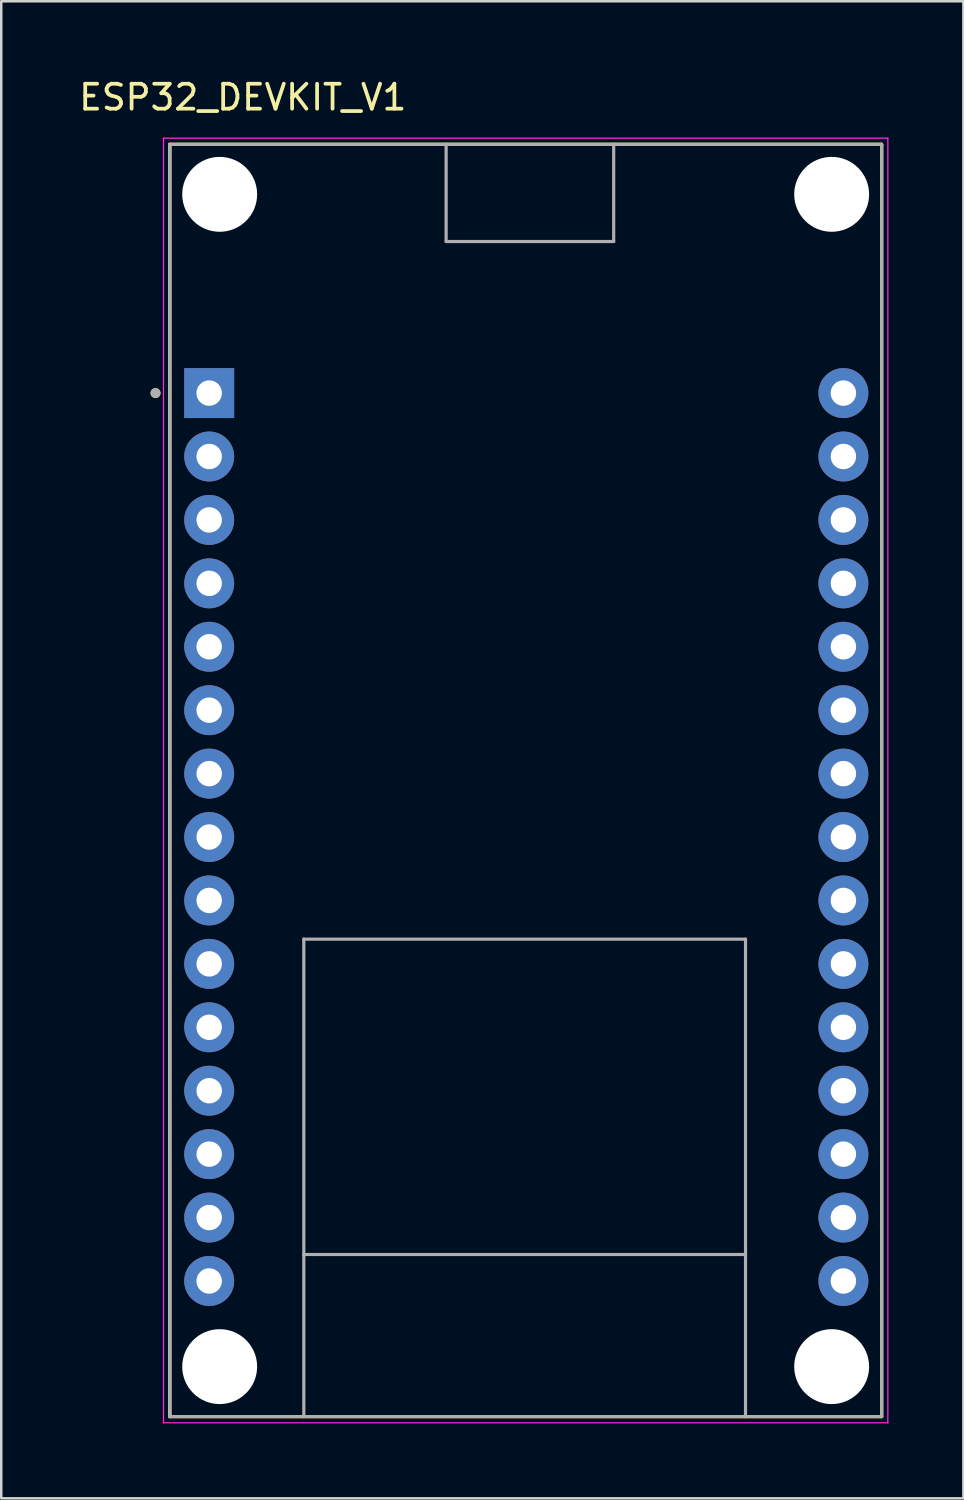
<source format=kicad_pcb>
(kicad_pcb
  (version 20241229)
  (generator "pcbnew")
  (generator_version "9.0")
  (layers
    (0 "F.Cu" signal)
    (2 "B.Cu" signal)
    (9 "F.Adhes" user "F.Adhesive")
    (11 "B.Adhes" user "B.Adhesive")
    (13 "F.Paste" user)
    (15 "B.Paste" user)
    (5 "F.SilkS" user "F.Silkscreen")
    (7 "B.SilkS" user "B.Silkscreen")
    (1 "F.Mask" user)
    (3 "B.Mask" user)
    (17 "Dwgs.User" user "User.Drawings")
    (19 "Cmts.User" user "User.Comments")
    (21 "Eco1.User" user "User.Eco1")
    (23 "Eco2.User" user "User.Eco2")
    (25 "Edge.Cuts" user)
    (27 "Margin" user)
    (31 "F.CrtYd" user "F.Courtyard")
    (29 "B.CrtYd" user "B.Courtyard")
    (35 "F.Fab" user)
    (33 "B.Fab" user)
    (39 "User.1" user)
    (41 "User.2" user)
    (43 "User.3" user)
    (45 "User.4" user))
  (footprint "ESP32_DEVKIT_V1"
    (layer "F.Cu")
    (at 18.028 28.208)
    (property "Reference" "ESP32_DEVKIT_V1" (at -11.355 -27.36 0) (layer "F.SilkS") (effects (font (size 1 1) (thickness 0.15))))
    (attr through_hole)
    (fp_line (start -14.28 -25.475) (end -3.211 -25.475) (stroke (width 0.127) (type solid)) (layer "F.SilkS"))
    (fp_line (start -14.28 -25.475) (end 14.23 -25.475) (stroke (width 0.127) (type solid)) (layer "F.SilkS"))
    (fp_line (start -14.28 25.475) (end -14.28 -25.475) (stroke (width 0.127) (type solid)) (layer "F.SilkS"))
    (fp_line (start -14.28 25.475) (end -14.28 -25.475) (stroke (width 0.127) (type solid)) (layer "F.SilkS"))
    (fp_line (start -14.28 25.475) (end -8.91 25.475) (stroke (width 0.127) (type solid)) (layer "F.SilkS"))
    (fp_line (start -8.91 25.475) (end 8.78 25.475) (stroke (width 0.127) (type solid)) (layer "F.SilkS"))
    (fp_line (start -3.211 -25.475) (end 3.5 -25.475) (stroke (width 0.127) (type solid)) (layer "F.SilkS"))
    (fp_line (start 3.5 -25.475) (end 14.23 -25.475) (stroke (width 0.127) (type solid)) (layer "F.SilkS"))
    (fp_line (start 8.78 25.475) (end 14.23 25.475) (stroke (width 0.127) (type solid)) (layer "F.SilkS"))
    (fp_line (start 14.23 -25.475) (end 14.23 25.475) (stroke (width 0.127) (type solid)) (layer "F.SilkS"))
    (fp_line (start 14.23 -25.475) (end 14.23 25.475) (stroke (width 0.127) (type solid)) (layer "F.SilkS"))
    (fp_line (start 14.23 25.475) (end -14.28 25.475) (stroke (width 0.127) (type solid)) (layer "F.SilkS"))
    (fp_circle (center -14.85 -15.515) (end -14.75 -15.515) (stroke (width 0.2) (type solid)) (fill no) (layer "F.SilkS"))
    (fp_line (start -14.53 -25.725) (end -14.53 25.725) (stroke (width 0.05) (type solid)) (layer "F.CrtYd"))
    (fp_line (start -14.53 25.725) (end 14.48 25.725) (stroke (width 0.05) (type solid)) (layer "F.CrtYd"))
    (fp_line (start 14.48 -25.725) (end -14.53 -25.725) (stroke (width 0.05) (type solid)) (layer "F.CrtYd"))
    (fp_line (start 14.48 25.725) (end 14.48 -25.725) (stroke (width 0.05) (type solid)) (layer "F.CrtYd"))
    (fp_line (start -14.28 -25.475) (end -3.211 -25.475) (stroke (width 0.127) (type solid)) (layer "F.Fab"))
    (fp_line (start -14.28 25.475) (end -14.28 -25.475) (stroke (width 0.127) (type solid)) (layer "F.Fab"))
    (fp_line (start -14.28 25.475) (end -8.91 25.475) (stroke (width 0.127) (type solid)) (layer "F.Fab"))
    (fp_line (start -8.91 6.355) (end 8.78 6.355) (stroke (width 0.127) (type solid)) (layer "F.Fab"))
    (fp_line (start -8.91 18.985) (end -8.91 6.355) (stroke (width 0.127) (type solid)) (layer "F.Fab"))
    (fp_line (start -8.91 18.985) (end 8.78 18.985) (stroke (width 0.127) (type solid)) (layer "F.Fab"))
    (fp_line (start -8.91 25.475) (end -8.91 18.985) (stroke (width 0.127) (type solid)) (layer "F.Fab"))
    (fp_line (start -8.91 25.475) (end 8.78 25.475) (stroke (width 0.127) (type solid)) (layer "F.Fab"))
    (fp_line (start -3.211 -25.475) (end 3.5 -25.475) (stroke (width 0.127) (type solid)) (layer "F.Fab"))
    (fp_line (start -3.211 -21.585) (end -3.211 -25.475) (stroke (width 0.127) (type solid)) (layer "F.Fab"))
    (fp_line (start 3.5 -25.475) (end 3.5 -21.585) (stroke (width 0.127) (type solid)) (layer "F.Fab"))
    (fp_line (start 3.5 -25.475) (end 14.23 -25.475) (stroke (width 0.127) (type solid)) (layer "F.Fab"))
    (fp_line (start 3.5 -21.585) (end -3.211 -21.585) (stroke (width 0.127) (type solid)) (layer "F.Fab"))
    (fp_line (start 8.78 6.355) (end 8.78 18.985) (stroke (width 0.127) (type solid)) (layer "F.Fab"))
    (fp_line (start 8.78 18.985) (end 8.78 25.475) (stroke (width 0.127) (type solid)) (layer "F.Fab"))
    (fp_line (start 8.78 25.475) (end 14.23 25.475) (stroke (width 0.127) (type solid)) (layer "F.Fab"))
    (fp_line (start 14.23 -25.475) (end 14.23 25.475) (stroke (width 0.127) (type solid)) (layer "F.Fab"))
    (fp_circle (center -14.85 -15.515) (end -14.75 -15.515) (stroke (width 0.2) (type solid)) (fill no) (layer "F.Fab"))
    (pad "" np_thru_hole circle (at -12.28 -23.475) (size 3 3) (drill 3) (layers "*.Cu" "*.Mask"))
    (pad "" np_thru_hole circle (at -12.28 23.475) (size 3 3) (drill 3) (layers "*.Cu" "*.Mask"))
    (pad "" np_thru_hole circle (at 12.23 -23.475) (size 3 3) (drill 3) (layers "*.Cu" "*.Mask"))
    (pad "" np_thru_hole circle (at 12.23 23.475) (size 3 3) (drill 3) (layers "*.Cu" "*.Mask"))
    (pad "1" thru_hole rect (at -12.7 -15.515) (size 2 2) (drill 1.02) (layers "*.Cu" "*.Mask"))
    (pad "2" thru_hole circle (at -12.7 -12.975) (size 2 2) (drill 1.02) (layers "*.Cu" "*.Mask"))
    (pad "3" thru_hole circle (at -12.7 -10.435) (size 2 2) (drill 1.02) (layers "*.Cu" "*.Mask"))
    (pad "4" thru_hole circle (at -12.7 -7.895) (size 2 2) (drill 1.02) (layers "*.Cu" "*.Mask"))
    (pad "5" thru_hole circle (at -12.7 -5.355) (size 2 2) (drill 1.02) (layers "*.Cu" "*.Mask"))
    (pad "6" thru_hole circle (at -12.7 -2.815) (size 2 2) (drill 1.02) (layers "*.Cu" "*.Mask"))
    (pad "7" thru_hole circle (at -12.7 -0.275) (size 2 2) (drill 1.02) (layers "*.Cu" "*.Mask"))
    (pad "8" thru_hole circle (at -12.7 2.265) (size 2 2) (drill 1.02) (layers "*.Cu" "*.Mask"))
    (pad "9" thru_hole circle (at -12.7 4.805) (size 2 2) (drill 1.02) (layers "*.Cu" "*.Mask"))
    (pad "10" thru_hole circle (at -12.7 7.345) (size 2 2) (drill 1.02) (layers "*.Cu" "*.Mask"))
    (pad "11" thru_hole circle (at -12.7 9.885) (size 2 2) (drill 1.02) (layers "*.Cu" "*.Mask"))
    (pad "12" thru_hole circle (at -12.7 12.425) (size 2 2) (drill 1.02) (layers "*.Cu" "*.Mask"))
    (pad "13" thru_hole circle (at -12.7 14.965) (size 2 2) (drill 1.02) (layers "*.Cu" "*.Mask"))
    (pad "14" thru_hole circle (at -12.7 17.505) (size 2 2) (drill 1.02) (layers "*.Cu" "*.Mask"))
    (pad "15" thru_hole circle (at -12.7 20.045) (size 2 2) (drill 1.02) (layers "*.Cu" "*.Mask"))
    (pad "16" thru_hole circle (at 12.7 20.045) (size 2 2) (drill 1.02) (layers "*.Cu" "*.Mask"))
    (pad "17" thru_hole circle (at 12.7 17.505) (size 2 2) (drill 1.02) (layers "*.Cu" "*.Mask"))
    (pad "18" thru_hole circle (at 12.7 14.965) (size 2 2) (drill 1.02) (layers "*.Cu" "*.Mask"))
    (pad "19" thru_hole circle (at 12.7 12.425) (size 2 2) (drill 1.02) (layers "*.Cu" "*.Mask"))
    (pad "20" thru_hole circle (at 12.7 9.885) (size 2 2) (drill 1.02) (layers "*.Cu" "*.Mask"))
    (pad "21" thru_hole circle (at 12.7 7.345) (size 2 2) (drill 1.02) (layers "*.Cu" "*.Mask"))
    (pad "22" thru_hole circle (at 12.7 4.805) (size 2 2) (drill 1.02) (layers "*.Cu" "*.Mask"))
    (pad "23" thru_hole circle (at 12.7 2.265) (size 2 2) (drill 1.02) (layers "*.Cu" "*.Mask"))
    (pad "24" thru_hole circle (at 12.7 -0.275) (size 2 2) (drill 1.02) (layers "*.Cu" "*.Mask"))
    (pad "25" thru_hole circle (at 12.7 -2.815) (size 2 2) (drill 1.02) (layers "*.Cu" "*.Mask"))
    (pad "26" thru_hole circle (at 12.7 -5.355) (size 2 2) (drill 1.02) (layers "*.Cu" "*.Mask"))
    (pad "27" thru_hole circle (at 12.7 -7.895) (size 2 2) (drill 1.02) (layers "*.Cu" "*.Mask"))
    (pad "28" thru_hole circle (at 12.7 -10.435) (size 2 2) (drill 1.02) (layers "*.Cu" "*.Mask"))
    (pad "29" thru_hole circle (at 12.7 -12.975) (size 2 2) (drill 1.02) (layers "*.Cu" "*.Mask"))
    (pad "30" thru_hole circle (at 12.7 -15.515) (size 2 2) (drill 1.02) (layers "*.Cu" "*.Mask"))
    (zone (net_name "") (layer "F.Cu") (hatch full 0.508) (connect_pads) (min_thickness 0.01) (filled_areas_thickness no) (keepout (tracks not_allowed) (vias not_allowed) (pads not_allowed) (copperpour not_allowed) (footprints allowed)) (placement (enabled no)) (fill) (polygon (pts (xy 9.118 47.193) (xy 26.808 47.193) (xy 26.808 53.683) (xy 9.118 53.683))))
    (zone (net_name "") (layers "F.Cu" "B.Cu") (hatch full 0.508) (connect_pads) (min_thickness 0.01) (filled_areas_thickness no) (keepout (tracks allowed) (vias not_allowed) (pads allowed) (copperpour allowed) (footprints allowed)) (placement (enabled no)) (fill) (polygon (pts (xy 9.118 47.193) (xy 26.808 47.193) (xy 26.808 53.683) (xy 9.118 53.683))))
    (zone (net_name "") (layer "B.Cu") (hatch full 0.508) (connect_pads) (min_thickness 0.01) (filled_areas_thickness no) (keepout (tracks not_allowed) (vias not_allowed) (pads not_allowed) (copperpour not_allowed) (footprints allowed)) (placement (enabled no)) (fill) (polygon (pts (xy 9.118 47.193) (xy 26.808 47.193) (xy 26.808 53.683) (xy 9.118 53.683)))))
  (gr_rect
    (start -3 -3)
    (end 35.533 56.958)
    (stroke (width 0.1) (type default))
    (fill no)
    (layer "Edge.Cuts")))
</source>
